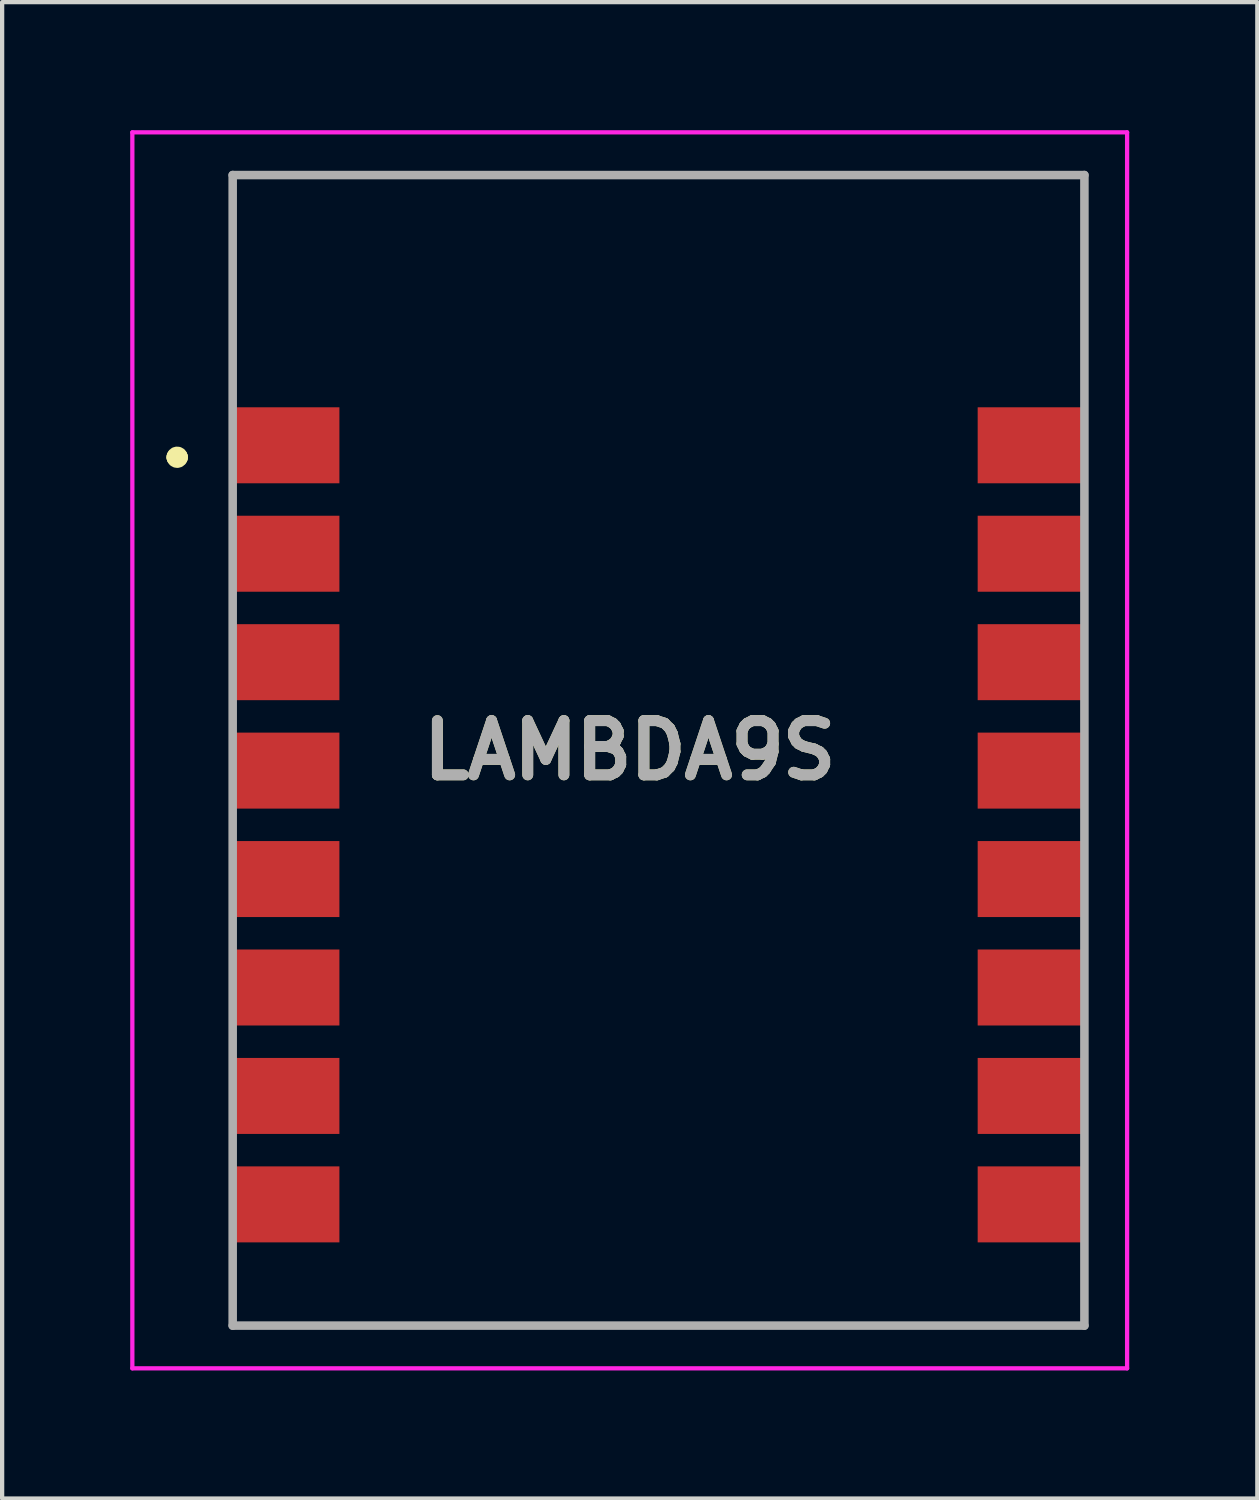
<source format=kicad_pcb>
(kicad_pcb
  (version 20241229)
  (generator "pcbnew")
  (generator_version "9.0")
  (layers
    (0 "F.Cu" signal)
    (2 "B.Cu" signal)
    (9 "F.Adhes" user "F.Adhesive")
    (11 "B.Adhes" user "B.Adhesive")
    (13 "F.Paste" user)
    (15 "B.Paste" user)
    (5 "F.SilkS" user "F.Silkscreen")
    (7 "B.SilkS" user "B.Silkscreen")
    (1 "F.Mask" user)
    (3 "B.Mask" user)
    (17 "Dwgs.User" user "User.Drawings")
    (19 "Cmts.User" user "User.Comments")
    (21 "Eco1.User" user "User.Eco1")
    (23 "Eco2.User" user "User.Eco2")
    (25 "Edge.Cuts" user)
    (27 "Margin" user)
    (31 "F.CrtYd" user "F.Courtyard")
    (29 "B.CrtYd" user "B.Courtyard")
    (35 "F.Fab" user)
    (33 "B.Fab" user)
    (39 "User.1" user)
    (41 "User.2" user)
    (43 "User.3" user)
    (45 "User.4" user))
  (footprint "LAMBDA9S"
    (layer "F.Cu")
    (at 11.7 14.525)
    (property "Reference" "LAMBDA9S" (at 0 0 0) (layer "F.SilkS") (effects (font (size 1.27 1.27) (thickness 0.254))))
    (attr smd)
    (fp_line (start -10.65 -6.865) (end -10.65 -6.865) (stroke (width 0.4) (type solid)) (layer "F.SilkS"))
    (fp_line (start -10.55 -6.865) (end -10.55 -6.865) (stroke (width 0.4) (type solid)) (layer "F.SilkS"))
    (fp_line (start -9.3 -13.475) (end 10.65 -13.475) (stroke (width 0.1) (type solid)) (layer "F.SilkS"))
    (fp_line (start -9.3 -9.685) (end -9.3 -13.475) (stroke (width 0.1) (type solid)) (layer "F.SilkS"))
    (fp_line (start -9.3 13.475) (end 10.65 13.475) (stroke (width 0.1) (type solid)) (layer "F.SilkS"))
    (fp_line (start 10.65 -13.475) (end 10.65 -9.685) (stroke (width 0.1) (type solid)) (layer "F.SilkS"))
    (fp_arc (start -10.65 -6.865) (mid -10.6 -6.915) (end -10.55 -6.865) (stroke (width 0.4) (type solid)) (layer "F.SilkS"))
    (fp_arc (start -10.55 -6.865) (mid -10.6 -6.815) (end -10.65 -6.865) (stroke (width 0.4) (type solid)) (layer "F.SilkS"))
    (fp_line (start -11.65 -14.475) (end 11.65 -14.475) (stroke (width 0.1) (type solid)) (layer "F.CrtYd"))
    (fp_line (start -11.65 14.475) (end -11.65 -14.475) (stroke (width 0.1) (type solid)) (layer "F.CrtYd"))
    (fp_line (start 11.65 -14.475) (end 11.65 14.475) (stroke (width 0.1) (type solid)) (layer "F.CrtYd"))
    (fp_line (start 11.65 14.475) (end -11.65 14.475) (stroke (width 0.1) (type solid)) (layer "F.CrtYd"))
    (fp_line (start -9.3 -13.475) (end 10.65 -13.475) (stroke (width 0.2) (type solid)) (layer "F.Fab"))
    (fp_line (start -9.3 13.475) (end -9.3 -13.475) (stroke (width 0.2) (type solid)) (layer "F.Fab"))
    (fp_line (start 10.65 -13.475) (end 10.65 13.475) (stroke (width 0.2) (type solid)) (layer "F.Fab"))
    (fp_line (start 10.65 13.475) (end -9.3 13.475) (stroke (width 0.2) (type solid)) (layer "F.Fab"))
    (fp_text user "${REFERENCE}" (at 0 0 0) (layer "F.Fab") (effects (font (size 1.27 1.27) (thickness 0.254))))
    (pad "1" smd rect (at -8.05 -7.145 90) (size 1.78 2.5) (layers "F.Cu" "F.Mask" "F.Paste"))
    (pad "2" smd rect (at -8.05 -4.605 90) (size 1.78 2.5) (layers "F.Cu" "F.Mask" "F.Paste"))
    (pad "3" smd rect (at -8.05 -2.065 90) (size 1.78 2.5) (layers "F.Cu" "F.Mask" "F.Paste"))
    (pad "4" smd rect (at -8.05 0.475 90) (size 1.78 2.5) (layers "F.Cu" "F.Mask" "F.Paste"))
    (pad "5" smd rect (at -8.05 3.015 90) (size 1.78 2.5) (layers "F.Cu" "F.Mask" "F.Paste"))
    (pad "6" smd rect (at -8.05 5.555 90) (size 1.78 2.5) (layers "F.Cu" "F.Mask" "F.Paste"))
    (pad "7" smd rect (at -8.05 8.095 90) (size 1.78 2.5) (layers "F.Cu" "F.Mask" "F.Paste"))
    (pad "8" smd rect (at -8.05 10.635 90) (size 1.78 2.5) (layers "F.Cu" "F.Mask" "F.Paste"))
    (pad "9" smd rect (at 9.4 10.635 90) (size 1.78 2.5) (layers "F.Cu" "F.Mask" "F.Paste"))
    (pad "10" smd rect (at 9.4 8.095 90) (size 1.78 2.5) (layers "F.Cu" "F.Mask" "F.Paste"))
    (pad "11" smd rect (at 9.4 5.555 90) (size 1.78 2.5) (layers "F.Cu" "F.Mask" "F.Paste"))
    (pad "12" smd rect (at 9.4 3.015 90) (size 1.78 2.5) (layers "F.Cu" "F.Mask" "F.Paste"))
    (pad "13" smd rect (at 9.4 0.475 90) (size 1.78 2.5) (layers "F.Cu" "F.Mask" "F.Paste"))
    (pad "14" smd rect (at 9.4 -2.065 90) (size 1.78 2.5) (layers "F.Cu" "F.Mask" "F.Paste"))
    (pad "15" smd rect (at 9.4 -4.605 90) (size 1.78 2.5) (layers "F.Cu" "F.Mask" "F.Paste"))
    (pad "16" smd rect (at 9.4 -7.145 90) (size 1.78 2.5) (layers "F.Cu" "F.Mask" "F.Paste")))
  (gr_rect
    (start -3 -3)
    (end 26.4 32.05)
    (stroke (width 0.1) (type default))
    (fill no)
    (layer "Edge.Cuts")))
</source>
